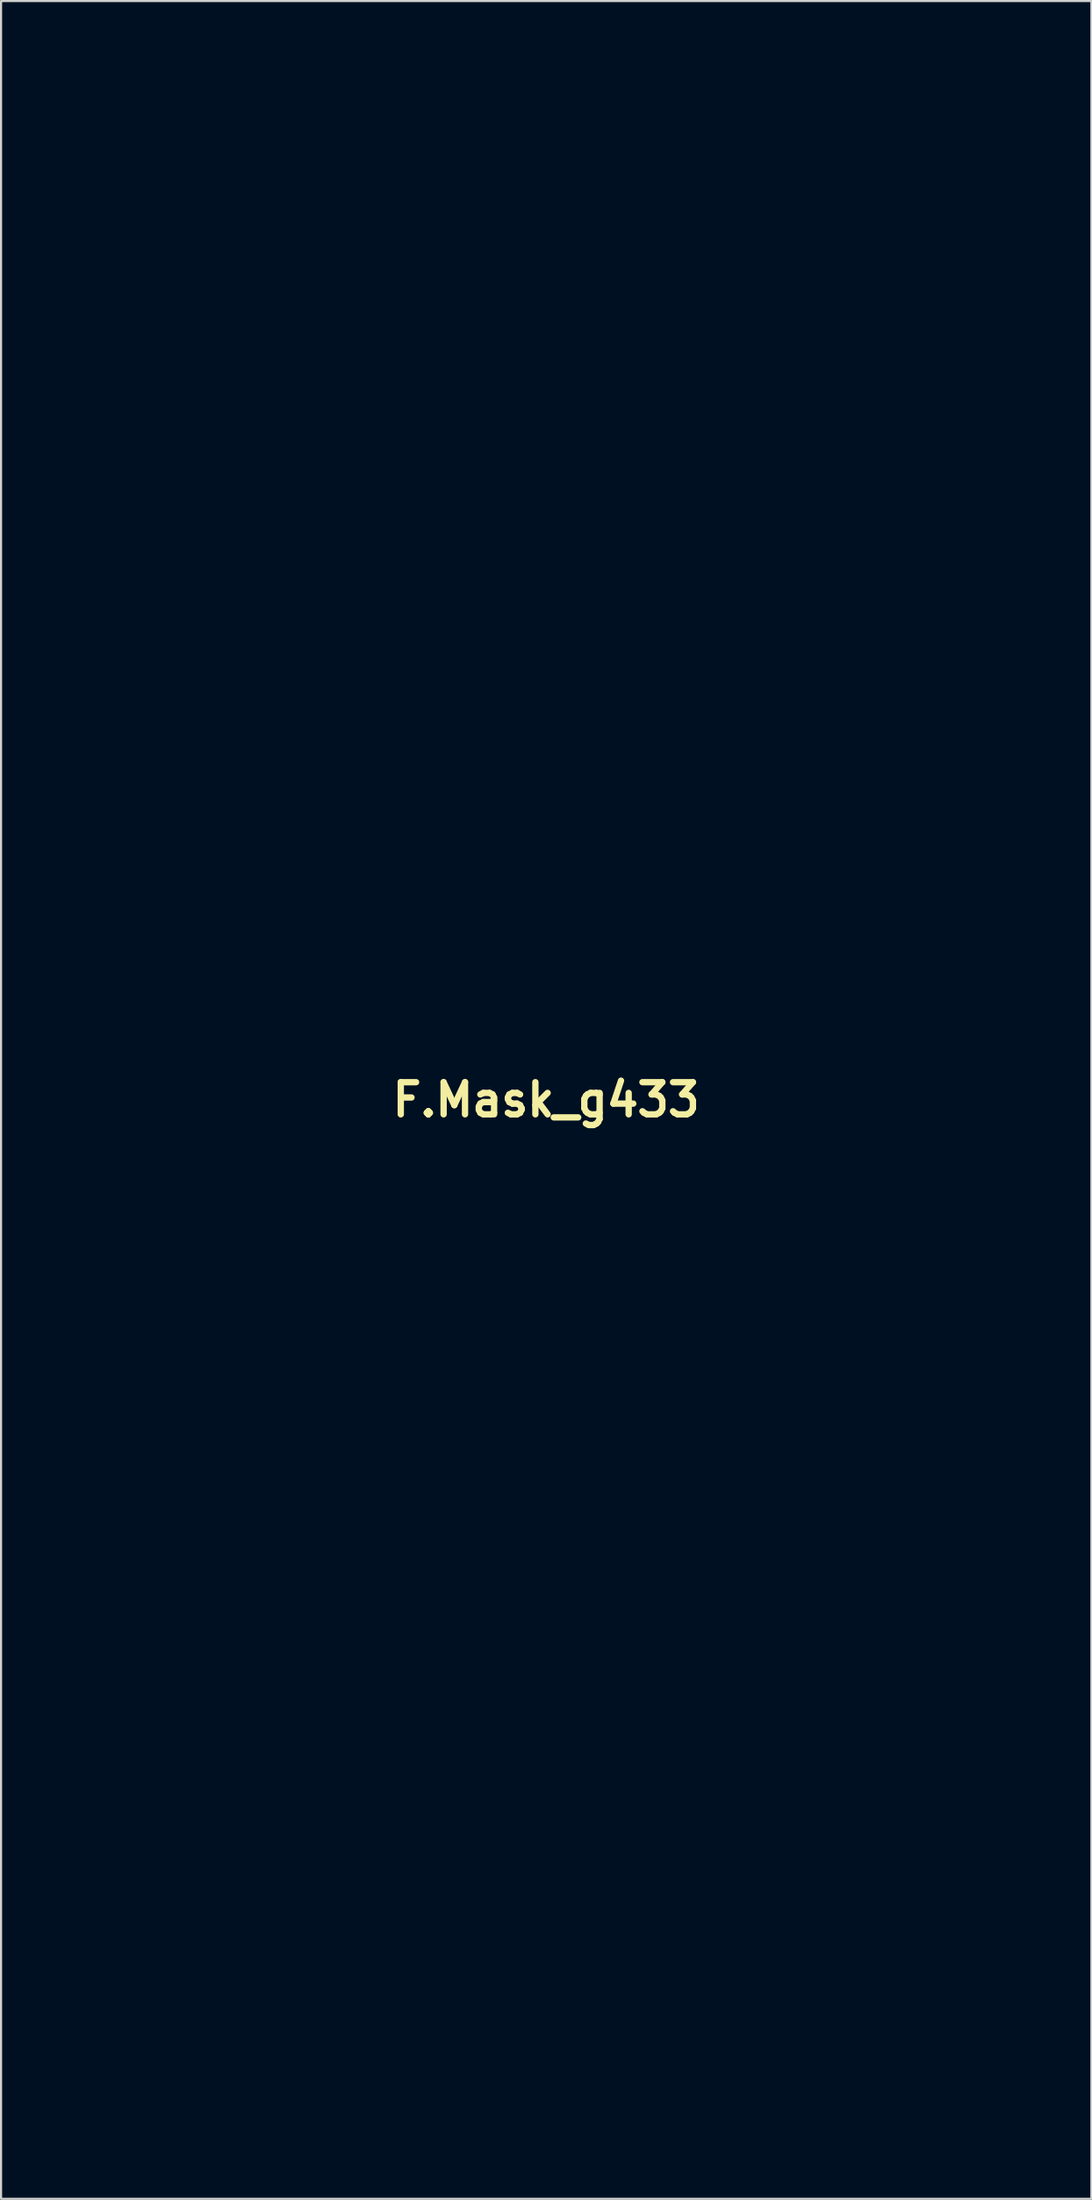
<source format=kicad_pcb>
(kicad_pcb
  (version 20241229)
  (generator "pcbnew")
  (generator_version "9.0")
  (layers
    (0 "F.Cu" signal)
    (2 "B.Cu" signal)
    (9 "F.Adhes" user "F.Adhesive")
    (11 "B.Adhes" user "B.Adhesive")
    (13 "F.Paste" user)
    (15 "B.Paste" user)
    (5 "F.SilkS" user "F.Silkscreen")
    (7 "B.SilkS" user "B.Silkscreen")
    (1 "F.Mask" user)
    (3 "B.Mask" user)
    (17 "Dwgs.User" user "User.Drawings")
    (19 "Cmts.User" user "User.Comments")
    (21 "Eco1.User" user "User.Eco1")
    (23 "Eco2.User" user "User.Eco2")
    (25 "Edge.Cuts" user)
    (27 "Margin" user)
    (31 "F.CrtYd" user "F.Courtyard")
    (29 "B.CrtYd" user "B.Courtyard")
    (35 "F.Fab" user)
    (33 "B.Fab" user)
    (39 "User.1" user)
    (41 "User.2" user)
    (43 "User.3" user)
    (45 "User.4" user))
  (footprint "F.Mask_g433"
    (layer "F.Cu")
    (at 22.862 49.089)
    (property "Reference" "F.Mask_g433" (at 0 0 0) (layer "F.SilkS") (effects (font (size 1.524 1.524) (thickness 0.3))))
    (attr through_hole)
    (fp_poly (pts (xy 19.627 -49.07) (xy 19.705 -49.036) (xy 19.779 -48.978) (xy 19.838 -48.917) (xy 19.888 -48.846) (xy 19.933 -48.76) (xy 19.972 -48.656) (xy 20.008 -48.527) (xy 20.042 -48.37) (xy 20.075 -48.18) (xy 20.108 -47.964) (xy 20.137 -47.783) (xy 20.169 -47.604) (xy 20.203 -47.439) (xy 20.236 -47.301) (xy 20.246 -47.265) (xy 20.273 -47.167) (xy 20.3 -47.06) (xy 20.328 -46.938) (xy 20.358 -46.799) (xy 20.391 -46.64) (xy 20.427 -46.455) (xy 20.468 -46.242) (xy 20.513 -45.996) (xy 20.565 -45.715) (xy 20.594 -45.551) (xy 20.653 -45.216) (xy 20.704 -44.915) (xy 20.748 -44.64) (xy 20.786 -44.383) (xy 20.819 -44.137) (xy 20.848 -43.893) (xy 20.873 -43.645) (xy 20.896 -43.384) (xy 20.918 -43.103) (xy 20.934 -42.884) (xy 20.955 -42.584) (xy 20.975 -42.321) (xy 20.994 -42.086) (xy 21.012 -41.873) (xy 21.031 -41.676) (xy 21.052 -41.489) (xy 21.073 -41.303) (xy 21.098 -41.114) (xy 21.103 -41.074) (xy 21.135 -40.822) (xy 21.162 -40.596) (xy 21.184 -40.379) (xy 21.204 -40.154) (xy 21.22 -39.952) (xy 21.229 -39.808) (xy 21.236 -39.631) (xy 21.243 -39.429) (xy 21.249 -39.21) (xy 21.253 -38.983) (xy 21.255 -38.758) (xy 21.256 -38.541) (xy 21.255 -38.343) (xy 21.252 -38.172) (xy 21.249 -38.068) (xy 21.241 -37.902) (xy 21.229 -37.708) (xy 21.214 -37.492) (xy 21.198 -37.263) (xy 21.18 -37.03) (xy 21.16 -36.801) (xy 21.141 -36.582) (xy 21.122 -36.383) (xy 21.104 -36.212) (xy 21.091 -36.1) (xy 21.077 -35.996) (xy 21.058 -35.863) (xy 21.035 -35.711) (xy 21.01 -35.554) (xy 20.987 -35.412) (xy 20.935 -35.076) (xy 20.894 -34.772) (xy 20.864 -34.492) (xy 20.844 -34.228) (xy 20.839 -34.131) (xy 20.827 -33.934) (xy 20.807 -33.738) (xy 20.778 -33.531) (xy 20.738 -33.302) (xy 20.698 -33.105) (xy 20.677 -33) (xy 20.649 -32.864) (xy 20.616 -32.704) (xy 20.581 -32.53) (xy 20.545 -32.352) (xy 20.51 -32.184) (xy 20.454 -31.912) (xy 20.4 -31.672) (xy 20.347 -31.455) (xy 20.293 -31.25) (xy 20.234 -31.05) (xy 20.167 -30.843) (xy 20.091 -30.62) (xy 20.076 -30.575) (xy 20.008 -30.38) (xy 19.954 -30.213) (xy 19.91 -30.065) (xy 19.874 -29.925) (xy 19.843 -29.782) (xy 19.816 -29.627) (xy 19.788 -29.448) (xy 19.77 -29.316) (xy 19.737 -29.088) (xy 19.706 -28.896) (xy 19.674 -28.731) (xy 19.64 -28.586) (xy 19.603 -28.453) (xy 19.559 -28.326) (xy 19.508 -28.198) (xy 19.483 -28.141) (xy 19.437 -28.032) (xy 19.38 -27.896) (xy 19.318 -27.743) (xy 19.255 -27.587) (xy 19.198 -27.441) (xy 19.146 -27.309) (xy 19.099 -27.19) (xy 19.054 -27.081) (xy 19.009 -26.974) (xy 18.962 -26.864) (xy 18.91 -26.747) (xy 18.851 -26.617) (xy 18.781 -26.467) (xy 18.7 -26.294) (xy 18.604 -26.09) (xy 18.546 -25.967) (xy 18.458 -25.782) (xy 18.384 -25.627) (xy 18.321 -25.495) (xy 18.264 -25.38) (xy 18.209 -25.275) (xy 18.154 -25.171) (xy 18.094 -25.064) (xy 18.026 -24.944) (xy 17.945 -24.806) (xy 17.849 -24.643) (xy 17.79 -24.543) (xy 17.679 -24.355) (xy 17.587 -24.199) (xy 17.509 -24.069) (xy 17.443 -23.96) (xy 17.386 -23.866) (xy 17.334 -23.783) (xy 17.284 -23.705) (xy 17.232 -23.626) (xy 17.177 -23.542) (xy 17.147 -23.497) (xy 17.08 -23.394) (xy 17.001 -23.266) (xy 16.918 -23.125) (xy 16.836 -22.983) (xy 16.786 -22.892) (xy 16.718 -22.769) (xy 16.649 -22.65) (xy 16.586 -22.542) (xy 16.533 -22.456) (xy 16.498 -22.403) (xy 16.425 -22.311) (xy 16.336 -22.214) (xy 16.243 -22.125) (xy 16.156 -22.053) (xy 16.109 -22.021) (xy 16.076 -21.995) (xy 16.049 -21.955) (xy 16.022 -21.892) (xy 15.994 -21.804) (xy 15.934 -21.593) (xy 15.884 -21.385) (xy 15.844 -21.175) (xy 15.812 -20.96) (xy 15.79 -20.734) (xy 15.776 -20.495) (xy 15.772 -20.238) (xy 15.775 -19.959) (xy 15.788 -19.653) (xy 15.808 -19.318) (xy 15.836 -18.948) (xy 15.865 -18.627) (xy 15.885 -18.406) (xy 15.902 -18.213) (xy 15.917 -18.041) (xy 15.93 -17.883) (xy 15.943 -17.73) (xy 15.954 -17.576) (xy 15.965 -17.412) (xy 15.977 -17.233) (xy 15.99 -17.029) (xy 16.005 -16.795) (xy 16.013 -16.669) (xy 16.04 -16.24) (xy 16.066 -15.851) (xy 16.091 -15.502) (xy 16.116 -15.19) (xy 16.14 -14.913) (xy 16.164 -14.669) (xy 16.188 -14.458) (xy 16.212 -14.277) (xy 16.236 -14.125) (xy 16.26 -13.999) (xy 16.285 -13.899) (xy 16.31 -13.825) (xy 16.35 -13.743) (xy 16.406 -13.645) (xy 16.47 -13.549) (xy 16.492 -13.52) (xy 16.579 -13.4) (xy 16.637 -13.303) (xy 16.67 -13.222) (xy 16.679 -13.156) (xy 16.679 -13.102) (xy 0.088 -13.102) (xy -0.918 -13.102) (xy -1.882 -13.102) (xy -2.805 -13.102) (xy -3.689 -13.102) (xy -4.534 -13.102) (xy -5.341 -13.102) (xy -6.111 -13.102) (xy -6.844 -13.102) (xy -7.543 -13.102) (xy -8.207 -13.103) (xy -8.837 -13.103) (xy -9.434 -13.103) (xy -10 -13.103) (xy -10.535 -13.103) (xy -11.04 -13.103) (xy -11.515 -13.104) (xy -11.962 -13.104) (xy -12.382 -13.104) (xy -12.775 -13.105) (xy -13.143 -13.105) (xy -13.486 -13.106) (xy -13.804 -13.106) (xy -14.1 -13.107) (xy -14.374 -13.107) (xy -14.626 -13.108) (xy -14.857 -13.109) (xy -15.07 -13.11) (xy -15.263 -13.11) (xy -15.439 -13.111) (xy -15.598 -13.112) (xy -15.74 -13.113) (xy -15.868 -13.115) (xy -15.981 -13.116) (xy -16.081 -13.117) (xy -16.168 -13.118) (xy -16.243 -13.12) (xy -16.308 -13.121) (xy -16.363 -13.123) (xy -16.408 -13.124) (xy -16.446 -13.126) (xy -16.476 -13.128) (xy -16.5 -13.13) (xy -16.518 -13.132) (xy -16.532 -13.134) (xy -16.542 -13.136) (xy -16.548 -13.139) (xy -16.553 -13.141) (xy -16.557 -13.143) (xy -16.557 -13.144) (xy -16.627 -13.225) (xy -16.668 -13.332) (xy -16.679 -13.459) (xy -16.662 -13.603) (xy -16.616 -13.759) (xy -16.541 -13.922) (xy -16.528 -13.945) (xy -16.483 -14.012) (xy -16.411 -14.099) (xy -16.32 -14.2) (xy -16.215 -14.308) (xy -16.214 -14.309) (xy -16.107 -14.418) (xy -15.988 -14.547) (xy -15.869 -14.68) (xy -15.763 -14.803) (xy -15.743 -14.827) (xy -15.663 -14.926) (xy -15.587 -15.018) (xy -15.521 -15.098) (xy -15.473 -15.157) (xy -15.454 -15.179) (xy -15.389 -15.256) (xy -15.457 -15.284) (xy -15.577 -15.346) (xy -15.681 -15.429) (xy -15.757 -15.52) (xy -15.76 -15.525) (xy -15.8 -15.613) (xy -15.823 -15.707) (xy -15.827 -15.815) (xy -15.811 -15.938) (xy -15.775 -16.083) (xy -15.717 -16.253) (xy -15.639 -16.452) (xy -15.602 -16.538) (xy -15.519 -16.737) (xy -15.455 -16.901) (xy -15.411 -17.028) (xy -15.387 -17.119) (xy -15.382 -17.173) (xy -15.39 -17.188) (xy -15.419 -17.197) (xy -15.481 -17.211) (xy -15.568 -17.228) (xy -15.671 -17.246) (xy -15.692 -17.249) (xy -15.977 -17.299) (xy -16.232 -17.347) (xy -16.452 -17.393) (xy -16.636 -17.437) (xy -16.782 -17.478) (xy -16.806 -17.486) (xy -17.049 -17.578) (xy -17.253 -17.681) (xy -17.423 -17.797) (xy -17.563 -17.931) (xy -17.675 -18.083) (xy -17.713 -18.15) (xy -17.741 -18.21) (xy -17.758 -18.266) (xy -17.766 -18.333) (xy -17.769 -18.425) (xy -17.769 -18.447) (xy -17.768 -18.545) (xy -17.761 -18.617) (xy -17.745 -18.678) (xy -17.717 -18.746) (xy -17.704 -18.775) (xy -17.658 -18.863) (xy -17.602 -18.952) (xy -17.532 -19.049) (xy -17.443 -19.157) (xy -17.332 -19.284) (xy -17.197 -19.431) (xy -17.037 -19.606) (xy -16.908 -19.757) (xy -16.807 -19.887) (xy -16.731 -20) (xy -16.678 -20.099) (xy -16.668 -20.123) (xy -16.618 -20.245) (xy -16.898 -20.342) (xy -17.083 -20.409) (xy -17.234 -20.474) (xy -17.357 -20.538) (xy -17.461 -20.606) (xy -17.551 -20.682) (xy -17.571 -20.702) (xy -17.677 -20.824) (xy -17.756 -20.953) (xy -17.806 -21.082) (xy -17.824 -21.204) (xy -17.809 -21.314) (xy -17.792 -21.355) (xy -17.726 -21.442) (xy -17.62 -21.528) (xy -17.478 -21.611) (xy -17.3 -21.69) (xy -17.09 -21.764) (xy -17.024 -21.784) (xy -16.931 -21.813) (xy -16.854 -21.84) (xy -16.803 -21.862) (xy -16.785 -21.874) (xy -16.798 -21.901) (xy -16.836 -21.957) (xy -16.894 -22.037) (xy -16.971 -22.139) (xy -17.064 -22.258) (xy -17.169 -22.39) (xy -17.285 -22.533) (xy -17.406 -22.682) (xy -17.466 -22.754) (xy -17.657 -22.985) (xy -17.825 -23.191) (xy -17.975 -23.378) (xy -18.113 -23.555) (xy -18.243 -23.727) (xy -18.371 -23.901) (xy -18.501 -24.085) (xy -18.639 -24.285) (xy -18.79 -24.508) (xy -18.935 -24.724) (xy -19.276 -25.252) (xy -19.583 -25.759) (xy -19.855 -26.248) (xy -20.096 -26.721) (xy -20.305 -27.18) (xy -20.415 -27.448) (xy -20.47 -27.591) (xy -20.537 -27.768) (xy -20.613 -27.973) (xy -20.697 -28.201) (xy -20.785 -28.445) (xy -20.877 -28.7) (xy -20.969 -28.959) (xy -21.06 -29.217) (xy -21.148 -29.468) (xy -21.23 -29.705) (xy -21.265 -29.808) (xy -21.36 -30.094) (xy -21.441 -30.352) (xy -21.51 -30.592) (xy -21.569 -30.825) (xy -21.622 -31.062) (xy -21.671 -31.313) (xy -21.718 -31.589) (xy -21.736 -31.697) (xy -21.859 -32.561) (xy -21.95 -33.401) (xy -22.01 -34.222) (xy -22.038 -35.028) (xy -22.034 -35.822) (xy -21.999 -36.611) (xy -21.933 -37.397) (xy -21.855 -38.047) (xy -21.833 -38.21) (xy -21.813 -38.359) (xy -21.796 -38.499) (xy -21.78 -38.637) (xy -21.765 -38.776) (xy -21.75 -38.923) (xy -21.736 -39.082) (xy -21.721 -39.258) (xy -21.705 -39.458) (xy -21.688 -39.686) (xy -21.669 -39.947) (xy -21.653 -40.153) (xy -21.629 -40.484) (xy -21.606 -40.779) (xy -21.585 -41.044) (xy -21.563 -41.284) (xy -21.54 -41.505) (xy -21.515 -41.712) (xy -21.488 -41.911) (xy -21.458 -42.106) (xy -21.423 -42.303) (xy -21.383 -42.507) (xy -21.337 -42.725) (xy -21.284 -42.96) (xy -21.223 -43.218) (xy -21.154 -43.506) (xy -21.075 -43.827) (xy -21.049 -43.933) (xy -20.985 -44.191) (xy -20.926 -44.42) (xy -20.871 -44.626) (xy -20.817 -44.815) (xy -20.762 -44.993) (xy -20.705 -45.166) (xy -20.642 -45.339) (xy -20.573 -45.519) (xy -20.495 -45.712) (xy -20.406 -45.922) (xy -20.304 -46.156) (xy -20.186 -46.421) (xy -20.13 -46.545) (xy -20.018 -46.794) (xy -19.92 -47.007) (xy -19.833 -47.19) (xy -19.756 -47.347) (xy -19.687 -47.481) (xy -19.622 -47.598) (xy -19.561 -47.701) (xy -19.5 -47.794) (xy -19.457 -47.856) (xy -19.304 -48.054) (xy -19.158 -48.21) (xy -19.018 -48.325) (xy -18.884 -48.397) (xy -18.757 -48.428) (xy -18.727 -48.429) (xy -18.656 -48.426) (xy -18.595 -48.412) (xy -18.54 -48.385) (xy -18.487 -48.34) (xy -18.434 -48.272) (xy -18.375 -48.178) (xy -18.308 -48.054) (xy -18.228 -47.896) (xy -18.217 -47.874) (xy -18.089 -47.627) (xy -17.943 -47.378) (xy -17.773 -47.115) (xy -17.767 -47.106) (xy -17.675 -46.969) (xy -17.577 -46.823) (xy -17.48 -46.679) (xy -17.392 -46.548) (xy -17.32 -46.44) (xy -17.313 -46.429) (xy -17.246 -46.325) (xy -17.166 -46.195) (xy -17.079 -46.047) (xy -16.992 -45.893) (xy -16.909 -45.744) (xy -16.891 -45.709) (xy -16.808 -45.556) (xy -16.711 -45.379) (xy -16.607 -45.192) (xy -16.502 -45.005) (xy -16.404 -44.833) (xy -16.373 -44.778) (xy -16.271 -44.602) (xy -16.182 -44.444) (xy -16.1 -44.3) (xy -16.025 -44.164) (xy -15.953 -44.03) (xy -15.881 -43.893) (xy -15.806 -43.748) (xy -15.725 -43.589) (xy -15.637 -43.411) (xy -15.536 -43.208) (xy -15.422 -42.975) (xy -15.362 -42.852) (xy -15.233 -42.588) (xy -15.122 -42.357) (xy -15.026 -42.154) (xy -14.943 -41.975) (xy -14.871 -41.815) (xy -14.808 -41.669) (xy -14.752 -41.532) (xy -14.701 -41.4) (xy -14.654 -41.269) (xy -14.607 -41.133) (xy -14.584 -41.064) (xy -14.525 -40.893) (xy -14.466 -40.74) (xy -14.403 -40.599) (xy -14.332 -40.465) (xy -14.25 -40.332) (xy -14.154 -40.196) (xy -14.04 -40.05) (xy -13.905 -39.89) (xy -13.746 -39.71) (xy -13.598 -39.548) (xy -13.47 -39.41) (xy -13.36 -39.288) (xy -13.261 -39.176) (xy -13.169 -39.068) (xy -13.078 -38.959) (xy -12.984 -38.841) (xy -12.88 -38.708) (xy -12.763 -38.554) (xy -12.626 -38.372) (xy -12.612 -38.354) (xy -12.44 -38.123) (xy -12.29 -37.919) (xy -12.158 -37.736) (xy -12.042 -37.567) (xy -11.937 -37.406) (xy -11.839 -37.248) (xy -11.745 -37.085) (xy -11.65 -36.912) (xy -11.551 -36.723) (xy -11.445 -36.511) (xy -11.327 -36.27) (xy -11.283 -36.178) (xy -11.128 -35.855) (xy -10.99 -35.561) (xy -10.866 -35.289) (xy -10.753 -35.032) (xy -10.649 -34.782) (xy -10.551 -34.534) (xy -10.456 -34.279) (xy -10.361 -34.012) (xy -10.264 -33.725) (xy -10.161 -33.411) (xy -10.051 -33.064) (xy -10.044 -33.041) (xy -9.883 -32.512) (xy -9.741 -32.017) (xy -9.618 -31.555) (xy -9.514 -31.121) (xy -9.427 -30.715) (xy -9.41 -30.628) (xy -9.395 -30.549) (xy -9.376 -30.439) (xy -9.352 -30.304) (xy -9.326 -30.147) (xy -9.297 -29.974) (xy -9.266 -29.79) (xy -9.234 -29.599) (xy -9.202 -29.406) (xy -9.171 -29.216) (xy -9.142 -29.033) (xy -9.114 -28.863) (xy -9.09 -28.71) (xy -9.069 -28.579) (xy -9.053 -28.474) (xy -9.043 -28.401) (xy -9.038 -28.364) (xy -9.038 -28.362) (xy -9.02 -28.346) (xy -8.969 -28.345) (xy -8.893 -28.358) (xy -8.798 -28.384) (xy -8.689 -28.42) (xy -8.575 -28.464) (xy -8.471 -28.511) (xy -8.319 -28.591) (xy -8.161 -28.69) (xy -7.992 -28.81) (xy -7.808 -28.957) (xy -7.62 -29.116) (xy -7.409 -29.297) (xy -7.224 -29.451) (xy -7.058 -29.581) (xy -6.909 -29.689) (xy -6.771 -29.779) (xy -6.64 -29.854) (xy -6.511 -29.918) (xy -6.464 -29.939) (xy -6.323 -29.994) (xy -6.147 -30.052) (xy -5.942 -30.113) (xy -5.715 -30.174) (xy -5.473 -30.234) (xy -5.221 -30.291) (xy -4.966 -30.344) (xy -4.716 -30.39) (xy -4.636 -30.404) (xy -4.311 -30.455) (xy -4.017 -30.495) (xy -3.74 -30.524) (xy -3.47 -30.545) (xy -3.195 -30.557) (xy -2.905 -30.562) (xy -2.643 -30.561) (xy -2.079 -30.554) (xy -2.16 -30.642) (xy -2.25 -30.761) (xy -2.324 -30.9) (xy -2.379 -31.051) (xy -2.416 -31.207) (xy -2.434 -31.363) (xy -2.432 -31.512) (xy -2.41 -31.646) (xy -2.366 -31.76) (xy -2.3 -31.847) (xy -2.28 -31.863) (xy -2.235 -31.89) (xy -2.181 -31.908) (xy -2.115 -31.915) (xy -2.032 -31.913) (xy -1.931 -31.9) (xy -1.807 -31.875) (xy -1.657 -31.839) (xy -1.477 -31.789) (xy -1.265 -31.727) (xy -1.017 -31.651) (xy -0.99 -31.643) (xy -0.813 -31.589) (xy -0.619 -31.533) (xy -0.42 -31.478) (xy -0.231 -31.427) (xy -0.062 -31.384) (xy 0.005 -31.368) (xy 0.13 -31.339) (xy 0.241 -31.312) (xy 0.342 -31.288) (xy 0.44 -31.264) (xy 0.539 -31.238) (xy 0.643 -31.211) (xy 0.76 -31.179) (xy 0.893 -31.143) (xy 1.048 -31.1) (xy 1.229 -31.049) (xy 1.443 -30.989) (xy 1.609 -30.942) (xy 1.953 -30.845) (xy 2.261 -30.761) (xy 2.535 -30.688) (xy 2.778 -30.625) (xy 2.994 -30.572) (xy 3.186 -30.528) (xy 3.358 -30.491) (xy 3.513 -30.462) (xy 3.588 -30.45) (xy 3.783 -30.418) (xy 3.945 -30.391) (xy 4.082 -30.367) (xy 4.203 -30.345) (xy 4.316 -30.323) (xy 4.431 -30.299) (xy 4.555 -30.271) (xy 4.697 -30.238) (xy 4.837 -30.205) (xy 5.076 -30.149) (xy 5.281 -30.102) (xy 5.454 -30.064) (xy 5.602 -30.034) (xy 5.73 -30.011) (xy 5.843 -29.994) (xy 5.947 -29.984) (xy 6.046 -29.977) (xy 6.146 -29.976) (xy 6.252 -29.977) (xy 6.369 -29.981) (xy 6.372 -29.981) (xy 6.549 -29.986) (xy 6.7 -29.985) (xy 6.819 -29.978) (xy 6.868 -29.972) (xy 7.02 -29.934) (xy 7.189 -29.866) (xy 7.365 -29.773) (xy 7.449 -29.721) (xy 7.57 -29.658) (xy 7.679 -29.634) (xy 7.779 -29.651) (xy 7.871 -29.708) (xy 7.96 -29.807) (xy 7.96 -29.807) (xy 8.004 -29.871) (xy 8.045 -29.94) (xy 8.087 -30.02) (xy 8.132 -30.119) (xy 8.184 -30.243) (xy 8.246 -30.398) (xy 8.269 -30.457) (xy 8.354 -30.663) (xy 8.445 -30.858) (xy 8.535 -31.026) (xy 8.55 -31.052) (xy 8.601 -31.14) (xy 8.668 -31.256) (xy 8.745 -31.393) (xy 8.827 -31.542) (xy 8.911 -31.694) (xy 8.965 -31.792) (xy 9.097 -32.033) (xy 9.225 -32.26) (xy 9.352 -32.479) (xy 9.482 -32.695) (xy 9.619 -32.914) (xy 9.765 -33.142) (xy 9.925 -33.385) (xy 10.103 -33.649) (xy 10.301 -33.939) (xy 10.361 -34.026) (xy 10.521 -34.257) (xy 10.662 -34.457) (xy 10.787 -34.631) (xy 10.899 -34.784) (xy 11.002 -34.921) (xy 11.1 -35.046) (xy 11.196 -35.164) (xy 11.294 -35.28) (xy 11.346 -35.339) (xy 11.534 -35.56) (xy 11.735 -35.803) (xy 11.941 -36.063) (xy 12.147 -36.329) (xy 12.346 -36.595) (xy 12.534 -36.852) (xy 12.702 -37.093) (xy 12.819 -37.267) (xy 12.95 -37.465) (xy 13.065 -37.635) (xy 13.171 -37.783) (xy 13.273 -37.919) (xy 13.376 -38.049) (xy 13.487 -38.182) (xy 13.602 -38.313) (xy 13.778 -38.514) (xy 13.927 -38.691) (xy 14.054 -38.848) (xy 14.161 -38.99) (xy 14.254 -39.121) (xy 14.335 -39.248) (xy 14.376 -39.317) (xy 14.399 -39.361) (xy 14.439 -39.438) (xy 14.494 -39.545) (xy 14.561 -39.678) (xy 14.638 -39.833) (xy 14.723 -40.005) (xy 14.815 -40.19) (xy 14.911 -40.384) (xy 14.943 -40.45) (xy 15.047 -40.661) (xy 15.154 -40.877) (xy 15.26 -41.09) (xy 15.363 -41.296) (xy 15.46 -41.488) (xy 15.547 -41.661) (xy 15.621 -41.807) (xy 15.68 -41.921) (xy 15.817 -42.182) (xy 15.935 -42.41) (xy 16.037 -42.61) (xy 16.126 -42.787) (xy 16.203 -42.944) (xy 16.271 -43.087) (xy 16.331 -43.22) (xy 16.387 -43.347) (xy 16.44 -43.473) (xy 16.488 -43.593) (xy 16.554 -43.755) (xy 16.63 -43.935) (xy 16.71 -44.119) (xy 16.787 -44.291) (xy 16.851 -44.429) (xy 16.92 -44.579) (xy 16.995 -44.746) (xy 17.068 -44.915) (xy 17.134 -45.072) (xy 17.173 -45.17) (xy 17.261 -45.39) (xy 17.341 -45.578) (xy 17.417 -45.741) (xy 17.492 -45.888) (xy 17.572 -46.026) (xy 17.652 -46.154) (xy 17.701 -46.235) (xy 17.765 -46.349) (xy 17.842 -46.49) (xy 17.927 -46.653) (xy 18.02 -46.831) (xy 18.116 -47.021) (xy 18.213 -47.215) (xy 18.308 -47.409) (xy 18.398 -47.597) (xy 18.481 -47.773) (xy 18.554 -47.932) (xy 18.614 -48.068) (xy 18.642 -48.133) (xy 18.731 -48.345) (xy 18.813 -48.52) (xy 18.889 -48.664) (xy 18.962 -48.78) (xy 19.035 -48.874) (xy 19.111 -48.948) (xy 19.178 -49) (xy 19.26 -49.048) (xy 19.338 -49.073) (xy 19.41 -49.081) (xy 19.532 -49.084) (xy 19.627 -49.07)) (stroke (width 0.01) (type solid)) (fill yes) (layer "F.Mask"))
    (fp_poly (pts (xy -2.522 -10.321) (xy -2.39 -10.309) (xy -2.26 -10.299) (xy -2.129 -10.291) (xy -1.991 -10.284) (xy -1.842 -10.278) (xy -1.679 -10.273) (xy -1.497 -10.27) (xy -1.292 -10.268) (xy -1.059 -10.267) (xy -0.794 -10.267) (xy -0.493 -10.267) (xy -0.339 -10.267) (xy -0.088 -10.268) (xy 0.156 -10.269) (xy 0.39 -10.269) (xy 0.609 -10.269) (xy 0.809 -10.27) (xy 0.985 -10.27) (xy 1.134 -10.27) (xy 1.251 -10.269) (xy 1.331 -10.269) (xy 1.349 -10.269) (xy 1.609 -10.266) (xy 1.609 -8.869) (xy 2.978 -8.869) (xy 2.992 -8.26) (xy 2.996 -8.079) (xy 3.002 -7.89) (xy 3.008 -7.703) (xy 3.015 -7.528) (xy 3.021 -7.378) (xy 3.026 -7.281) (xy 3.033 -7.135) (xy 3.041 -6.961) (xy 3.048 -6.777) (xy 3.055 -6.597) (xy 3.06 -6.472) (xy 3.074 -6.032) (xy 5.842 -6.032) (xy 5.842 -4.769) (xy 5.959 -4.71) (xy 6.068 -4.667) (xy 6.196 -4.64) (xy 6.25 -4.634) (xy 6.492 -4.614) (xy 6.773 -4.597) (xy 7.09 -4.583) (xy 7.439 -4.573) (xy 7.818 -4.566) (xy 8.222 -4.563) (xy 8.649 -4.563) (xy 9.096 -4.566) (xy 9.559 -4.573) (xy 10.035 -4.584) (xy 10.52 -4.598) (xy 10.964 -4.613) (xy 11.226 -4.623) (xy 11.501 -4.632) (xy 11.784 -4.641) (xy 12.065 -4.65) (xy 12.338 -4.658) (xy 12.593 -4.664) (xy 12.825 -4.67) (xy 13.023 -4.674) (xy 13.07 -4.675) (xy 13.286 -4.678) (xy 13.515 -4.679) (xy 13.753 -4.68) (xy 13.995 -4.68) (xy 14.236 -4.679) (xy 14.472 -4.677) (xy 14.697 -4.674) (xy 14.907 -4.671) (xy 15.097 -4.667) (xy 15.263 -4.662) (xy 15.4 -4.657) (xy 15.502 -4.651) (xy 15.552 -4.647) (xy 15.684 -4.631) (xy 15.684 -6.032) (xy 17.081 -6.032) (xy 17.081 -6.72) (xy 17.082 -6.918) (xy 17.083 -7.077) (xy 17.085 -7.201) (xy 17.088 -7.293) (xy 17.093 -7.356) (xy 17.098 -7.394) (xy 17.105 -7.411) (xy 17.108 -7.412) (xy 17.135 -7.414) (xy 17.199 -7.415) (xy 17.294 -7.416) (xy 17.415 -7.417) (xy 17.555 -7.417) (xy 17.71 -7.418) (xy 17.738 -7.418) (xy 17.918 -7.419) (xy 18.062 -7.42) (xy 18.175 -7.422) (xy 18.261 -7.426) (xy 18.328 -7.431) (xy 18.379 -7.439) (xy 18.422 -7.448) (xy 18.457 -7.459) (xy 18.554 -7.481) (xy 18.676 -7.488) (xy 18.826 -7.482) (xy 19.006 -7.461) (xy 19.218 -7.425) (xy 19.465 -7.373) (xy 19.749 -7.307) (xy 19.776 -7.3) (xy 19.939 -7.259) (xy 20.065 -7.226) (xy 20.161 -7.197) (xy 20.232 -7.171) (xy 20.283 -7.146) (xy 20.32 -7.119) (xy 20.348 -7.088) (xy 20.365 -7.063) (xy 20.387 -7.021) (xy 20.398 -6.973) (xy 20.402 -6.908) (xy 20.399 -6.826) (xy 20.391 -6.725) (xy 20.374 -6.646) (xy 20.345 -6.571) (xy 20.324 -6.53) (xy 20.28 -6.452) (xy 20.232 -6.379) (xy 20.199 -6.336) (xy 20.135 -6.273) (xy 20.062 -6.218) (xy 19.991 -6.177) (xy 19.936 -6.16) (xy 19.931 -6.16) (xy 19.926 -6.149) (xy 19.957 -6.12) (xy 20.021 -6.074) (xy 20.077 -6.036) (xy 20.347 -5.846) (xy 20.604 -5.631) (xy 20.809 -5.436) (xy 20.904 -5.339) (xy 20.991 -5.245) (xy 21.076 -5.148) (xy 21.161 -5.043) (xy 21.251 -4.926) (xy 21.349 -4.791) (xy 21.46 -4.633) (xy 21.588 -4.447) (xy 21.661 -4.339) (xy 21.833 -4.083) (xy 21.983 -3.857) (xy 22.111 -3.656) (xy 22.221 -3.475) (xy 22.315 -3.31) (xy 22.394 -3.157) (xy 22.46 -3.01) (xy 22.517 -2.865) (xy 22.566 -2.718) (xy 22.609 -2.565) (xy 22.648 -2.399) (xy 22.685 -2.218) (xy 22.71 -2.085) (xy 22.75 -1.871) (xy 22.782 -1.693) (xy 22.808 -1.544) (xy 22.828 -1.417) (xy 22.843 -1.307) (xy 22.854 -1.207) (xy 22.861 -1.112) (xy 22.866 -1.014) (xy 22.868 -0.907) (xy 22.869 -0.786) (xy 22.87 -0.699) (xy 22.869 -0.508) (xy 22.863 -0.345) (xy 22.851 -0.204) (xy 22.829 -0.079) (xy 22.796 0.037) (xy 22.749 0.149) (xy 22.685 0.265) (xy 22.602 0.39) (xy 22.497 0.531) (xy 22.368 0.693) (xy 22.278 0.804) (xy 22.105 1.019) (xy 21.959 1.208) (xy 21.836 1.375) (xy 21.735 1.524) (xy 21.653 1.66) (xy 21.586 1.787) (xy 21.532 1.909) (xy 21.489 2.032) (xy 21.47 2.095) (xy 21.442 2.246) (xy 21.43 2.435) (xy 21.435 2.659) (xy 21.457 2.919) (xy 21.495 3.211) (xy 21.506 3.281) (xy 21.532 3.456) (xy 21.552 3.6) (xy 21.565 3.726) (xy 21.573 3.844) (xy 21.577 3.967) (xy 21.578 4.075) (xy 21.578 4.21) (xy 21.576 4.312) (xy 21.57 4.392) (xy 21.56 4.457) (xy 21.545 4.519) (xy 21.532 4.564) (xy 21.48 4.703) (xy 21.413 4.824) (xy 21.324 4.936) (xy 21.209 5.046) (xy 21.071 5.155) (xy 20.98 5.223) (xy 20.894 5.285) (xy 20.809 5.343) (xy 20.723 5.4) (xy 20.632 5.458) (xy 20.53 5.519) (xy 20.415 5.586) (xy 20.283 5.66) (xy 20.129 5.744) (xy 19.95 5.84) (xy 19.743 5.951) (xy 19.502 6.079) (xy 19.442 6.111) (xy 19.124 6.28) (xy 19.13 6.394) (xy 19.136 6.445) (xy 19.149 6.531) (xy 19.168 6.645) (xy 19.193 6.78) (xy 19.221 6.929) (xy 19.251 7.08) (xy 19.299 7.319) (xy 19.338 7.522) (xy 19.369 7.696) (xy 19.393 7.847) (xy 19.411 7.98) (xy 19.423 8.102) (xy 19.43 8.219) (xy 19.434 8.336) (xy 19.435 8.414) (xy 19.432 8.613) (xy 19.421 8.773) (xy 19.402 8.895) (xy 19.375 8.982) (xy 19.345 9.029) (xy 19.263 9.095) (xy 19.143 9.161) (xy 18.988 9.226) (xy 18.802 9.288) (xy 18.589 9.347) (xy 18.51 9.366) (xy 18.391 9.394) (xy 18.264 9.427) (xy 18.148 9.459) (xy 18.096 9.474) (xy 17.915 9.529) (xy 17.551 10.307) (xy 17.386 10.66) (xy 17.239 10.979) (xy 17.107 11.268) (xy 16.991 11.529) (xy 16.887 11.767) (xy 16.794 11.986) (xy 16.711 12.187) (xy 16.637 12.377) (xy 16.569 12.557) (xy 16.507 12.731) (xy 16.458 12.875) (xy 16.351 13.226) (xy 16.264 13.571) (xy 16.198 13.905) (xy 16.154 14.222) (xy 16.134 14.517) (xy 16.137 14.786) (xy 16.147 14.903) (xy 16.158 14.975) (xy 16.177 15.082) (xy 16.203 15.215) (xy 16.235 15.368) (xy 16.27 15.534) (xy 16.308 15.705) (xy 16.32 15.76) (xy 16.399 16.106) (xy 16.467 16.416) (xy 16.526 16.693) (xy 16.575 16.941) (xy 16.617 17.165) (xy 16.65 17.368) (xy 16.677 17.556) (xy 16.697 17.73) (xy 16.711 17.897) (xy 16.72 18.06) (xy 16.725 18.223) (xy 16.726 18.33) (xy 16.725 18.575) (xy 16.72 18.791) (xy 16.712 18.977) (xy 16.7 19.13) (xy 16.685 19.248) (xy 16.667 19.329) (xy 16.649 19.366) (xy 16.609 19.396) (xy 16.56 19.406) (xy 16.497 19.395) (xy 16.416 19.36) (xy 16.312 19.301) (xy 16.182 19.215) (xy 16.146 19.19) (xy 15.995 19.091) (xy 15.873 19.021) (xy 15.78 18.982) (xy 15.716 18.974) (xy 15.705 18.976) (xy 15.673 18.992) (xy 15.648 19.019) (xy 15.627 19.059) (xy 15.613 19.115) (xy 15.604 19.189) (xy 15.601 19.285) (xy 15.605 19.403) (xy 15.614 19.546) (xy 15.63 19.718) (xy 15.652 19.919) (xy 15.681 20.153) (xy 15.716 20.422) (xy 15.758 20.729) (xy 15.801 21.029) (xy 15.847 21.351) (xy 15.897 21.688) (xy 15.95 22.036) (xy 16.004 22.39) (xy 16.06 22.747) (xy 16.117 23.101) (xy 16.173 23.448) (xy 16.228 23.785) (xy 16.282 24.106) (xy 16.333 24.407) (xy 16.382 24.683) (xy 16.426 24.931) (xy 16.467 25.146) (xy 16.502 25.324) (xy 16.502 25.326) (xy 16.657 26.036) (xy 16.828 26.73) (xy 17.014 27.404) (xy 17.213 28.054) (xy 17.424 28.676) (xy 17.647 29.266) (xy 17.879 29.82) (xy 17.977 30.035) (xy 18.129 30.364) (xy 18.129 30.618) (xy 18.128 30.729) (xy 18.125 30.81) (xy 18.117 30.868) (xy 18.103 30.917) (xy 18.082 30.965) (xy 18.076 30.977) (xy 18.011 31.074) (xy 17.939 31.132) (xy 17.908 31.149) (xy 17.878 31.162) (xy 17.842 31.17) (xy 17.793 31.174) (xy 17.725 31.175) (xy 17.631 31.173) (xy 17.503 31.169) (xy 17.461 31.168) (xy 17.297 31.164) (xy 17.169 31.164) (xy 17.071 31.17) (xy 16.995 31.184) (xy 16.936 31.206) (xy 16.887 31.239) (xy 16.842 31.282) (xy 16.828 31.297) (xy 16.782 31.36) (xy 16.747 31.43) (xy 16.723 31.516) (xy 16.709 31.622) (xy 16.704 31.755) (xy 16.706 31.923) (xy 16.707 31.972) (xy 16.717 32.153) (xy 16.736 32.373) (xy 16.763 32.628) (xy 16.797 32.916) (xy 16.838 33.234) (xy 16.886 33.578) (xy 16.94 33.947) (xy 17 34.336) (xy 17.065 34.744) (xy 17.134 35.168) (xy 17.208 35.604) (xy 17.285 36.049) (xy 17.365 36.501) (xy 17.448 36.957) (xy 17.533 37.414) (xy 17.62 37.868) (xy 17.708 38.318) (xy 17.796 38.76) (xy 17.885 39.192) (xy 17.974 39.61) (xy 18.061 40.011) (xy 18.112 40.238) (xy 18.161 40.463) (xy 18.198 40.652) (xy 18.221 40.809) (xy 18.232 40.94) (xy 18.23 41.049) (xy 18.216 41.14) (xy 18.188 41.217) (xy 18.147 41.287) (xy 18.102 41.342) (xy 18.05 41.395) (xy 17.993 41.44) (xy 17.924 41.481) (xy 17.836 41.521) (xy 17.724 41.563) (xy 17.579 41.612) (xy 17.515 41.632) (xy 17.346 41.688) (xy 17.212 41.739) (xy 17.11 41.788) (xy 17.032 41.837) (xy 16.974 41.89) (xy 16.93 41.95) (xy 16.926 41.956) (xy 16.884 42.049) (xy 16.862 42.152) (xy 16.86 42.269) (xy 16.88 42.405) (xy 16.921 42.565) (xy 16.985 42.754) (xy 17.018 42.843) (xy 17.192 43.31) (xy 17.343 43.753) (xy 17.476 44.184) (xy 17.593 44.613) (xy 17.697 45.051) (xy 17.78 45.444) (xy 17.862 45.892) (xy 17.93 46.33) (xy 17.983 46.767) (xy 18.023 47.213) (xy 18.051 47.679) (xy 18.068 48.175) (xy 18.07 48.258) (xy 18.083 48.944) (xy 17.969 48.93) (xy 17.828 48.914) (xy 17.698 48.9) (xy 17.573 48.889) (xy 17.447 48.881) (xy 17.313 48.875) (xy 17.164 48.87) (xy 16.995 48.868) (xy 16.799 48.866) (xy 16.57 48.866) (xy 16.468 48.866) (xy 16.067 48.868) (xy 15.693 48.874) (xy 15.351 48.884) (xy 15.044 48.898) (xy 14.967 48.902) (xy 14.907 48.906) (xy 14.845 48.909) (xy 14.779 48.912) (xy 14.707 48.915) (xy 14.628 48.917) (xy 14.54 48.92) (xy 14.442 48.922) (xy 14.333 48.924) (xy 14.211 48.926) (xy 14.074 48.927) (xy 13.921 48.929) (xy 13.751 48.93) (xy 13.562 48.931) (xy 13.352 48.932) (xy 13.121 48.933) (xy 12.866 48.934) (xy 12.586 48.935) (xy 12.28 48.935) (xy 11.946 48.936) (xy 11.583 48.936) (xy 11.189 48.937) (xy 10.762 48.937) (xy 10.302 48.937) (xy 9.807 48.937) (xy 9.275 48.937) (xy 8.705 48.937) (xy 8.095 48.937) (xy 7.59 48.937) (xy 7.057 48.937) (xy 6.534 48.937) (xy 6.024 48.937) (xy 5.528 48.937) (xy 5.048 48.937) (xy 4.585 48.937) (xy 4.14 48.937) (xy 3.716 48.938) (xy 3.314 48.938) (xy 2.936 48.938) (xy 2.582 48.939) (xy 2.256 48.939) (xy 1.958 48.94) (xy 1.689 48.94) (xy 1.452 48.941) (xy 1.249 48.942) (xy 1.08 48.942) (xy 0.947 48.943) (xy 0.853 48.944) (xy 0.797 48.945) (xy 0.783 48.945) (xy 0.761 48.95) (xy 0.728 48.955) (xy 0.681 48.96) (xy 0.621 48.964) (xy 0.545 48.968) (xy 0.453 48.972) (xy 0.343 48.976) (xy 0.214 48.979) (xy 0.066 48.982) (xy -0.103 48.985) (xy -0.294 48.988) (xy -0.509 48.99) (xy -0.748 48.993) (xy -1.013 48.995) (xy -1.304 48.997) (xy -1.623 48.998) (xy -1.971 49) (xy -2.35 49.002) (xy -2.759 49.003) (xy -3.201 49.004) (xy -3.677 49.005) (xy -4.187 49.006) (xy -4.733 49.007) (xy -5.316 49.008) (xy -5.937 49.008) (xy -6.598 49.009) (xy -7.299 49.009) (xy -7.779 49.01) (xy -8.468 49.01) (xy -9.116 49.011) (xy -9.724 49.011) (xy -10.294 49.012) (xy -10.827 49.012) (xy -11.323 49.013) (xy -11.785 49.014) (xy -12.213 49.014) (xy -12.608 49.015) (xy -12.973 49.016) (xy -13.308 49.017) (xy -13.614 49.018) (xy -13.893 49.019) (xy -14.146 49.021) (xy -14.374 49.022) (xy -14.578 49.024) (xy -14.761 49.025) (xy -14.922 49.027) (xy -15.063 49.029) (xy -15.186 49.031) (xy -15.292 49.033) (xy -15.381 49.035) (xy -15.456 49.038) (xy -15.518 49.04) (xy -15.567 49.043) (xy -15.568 49.043) (xy -15.711 49.05) (xy -15.891 49.057) (xy -16.11 49.062) (xy -16.369 49.066) (xy -16.667 49.07) (xy -17.006 49.072) (xy -17.387 49.073) (xy -17.494 49.073) (xy -17.753 49.074) (xy -18.008 49.075) (xy -18.255 49.076) (xy -18.49 49.078) (xy -18.708 49.08) (xy -18.903 49.082) (xy -19.073 49.085) (xy -19.211 49.087) (xy -19.313 49.09) (xy -19.346 49.091) (xy -19.508 49.097) (xy -19.628 49.098) (xy -19.711 49.094) (xy -19.756 49.086) (xy -19.76 49.084) (xy -19.809 49.048) (xy -19.839 48.993) (xy -19.855 48.913) (xy -19.858 48.812) (xy -19.854 48.729) (xy -19.844 48.618) (xy -19.829 48.494) (xy -19.812 48.369) (xy -19.81 48.355) (xy -19.785 48.157) (xy -19.775 47.993) (xy -19.784 47.855) (xy -19.814 47.738) (xy -19.867 47.636) (xy -19.944 47.541) (xy -20.049 47.447) (xy -20.128 47.387) (xy -20.262 47.285) (xy -20.363 47.193) (xy -20.435 47.105) (xy -20.483 47.012) (xy -20.512 46.909) (xy -20.526 46.786) (xy -20.527 46.756) (xy -20.529 46.656) (xy -20.523 46.551) (xy -20.51 46.435) (xy -20.489 46.306) (xy -20.458 46.161) (xy -20.418 45.994) (xy -20.366 45.805) (xy -20.303 45.587) (xy -20.228 45.339) (xy -20.139 45.056) (xy -20.09 44.905) (xy -20.001 44.626) (xy -19.925 44.382) (xy -19.861 44.17) (xy -19.807 43.984) (xy -19.763 43.821) (xy -19.727 43.676) (xy -19.699 43.544) (xy -19.677 43.421) (xy -19.66 43.303) (xy -19.646 43.186) (xy -19.643 43.146) (xy -19.625 42.972) (xy -19.603 42.83) (xy -19.574 42.711) (xy -19.534 42.605) (xy -19.479 42.502) (xy -19.407 42.392) (xy -19.346 42.308) (xy -19.275 42.209) (xy -19.221 42.12) (xy -19.181 42.031) (xy -19.153 41.933) (xy -19.134 41.818) (xy -19.12 41.676) (xy -19.112 41.548) (xy -19.104 41.416) (xy -19.094 41.303) (xy -19.08 41.199) (xy -19.062 41.095) (xy -19.036 40.982) (xy -19.001 40.85) (xy -18.956 40.689) (xy -18.942 40.64) (xy -18.922 40.548) (xy -18.907 40.433) (xy -18.896 40.305) (xy -18.891 40.174) (xy -18.891 40.048) (xy -18.897 39.938) (xy -18.909 39.852) (xy -18.923 39.806) (xy -18.955 39.754) (xy -18.991 39.724) (xy -19.041 39.713) (xy -19.115 39.718) (xy -19.192 39.731) (xy -19.291 39.745) (xy -19.411 39.755) (xy -19.531 39.761) (xy -19.569 39.761) (xy -19.669 39.76) (xy -19.742 39.755) (xy -19.801 39.743) (xy -19.862 39.72) (xy -19.939 39.685) (xy -19.939 39.685) (xy -20.032 39.636) (xy -20.127 39.578) (xy -20.204 39.525) (xy -20.207 39.522) (xy -20.316 39.435) (xy -20.278 39.26) (xy -20.258 39.174) (xy -20.235 39.081) (xy -20.208 38.979) (xy -20.177 38.865) (xy -20.139 38.736) (xy -20.095 38.59) (xy -20.044 38.424) (xy -19.984 38.234) (xy -19.915 38.019) (xy -19.836 37.774) (xy -19.746 37.499) (xy -19.644 37.189) (xy -19.53 36.842) (xy -19.516 36.798) (xy -19.448 36.592) (xy -19.382 36.39) (xy -19.321 36.199) (xy -19.265 36.024) (xy -19.216 35.868) (xy -19.175 35.737) (xy -19.145 35.637) (xy -19.127 35.571) (xy -19.126 35.568) (xy -19.09 35.415) (xy -19.053 35.229) (xy -19.013 35.01) (xy -18.971 34.754) (xy -18.925 34.459) (xy -18.902 34.301) (xy -18.859 34.015) (xy -18.819 33.756) (xy -18.78 33.528) (xy -18.744 33.334) (xy -18.712 33.176) (xy -18.69 33.082) (xy -18.669 32.993) (xy -18.655 32.91) (xy -18.648 32.85) (xy -18.648 32.845) (xy -18.662 32.766) (xy -18.706 32.703) (xy -18.782 32.654) (xy -18.894 32.618) (xy -19.043 32.592) (xy -19.103 32.585) (xy -19.244 32.564) (xy -19.346 32.529) (xy -19.413 32.479) (xy -19.447 32.413) (xy -19.452 32.365) (xy -19.445 32.329) (xy -19.425 32.265) (xy -19.396 32.182) (xy -19.375 32.128) (xy -19.351 32.064) (xy -19.316 31.966) (xy -19.27 31.839) (xy -19.216 31.688) (xy -19.157 31.52) (xy -19.093 31.34) (xy -19.028 31.153) (xy -19.007 31.094) (xy -18.88 30.728) (xy -18.764 30.4) (xy -18.659 30.107) (xy -18.564 29.847) (xy -18.479 29.617) (xy -18.401 29.415) (xy -18.33 29.238) (xy -18.266 29.084) (xy -18.206 28.949) (xy -18.151 28.833) (xy -18.098 28.731) (xy -18.048 28.642) (xy -17.998 28.564) (xy -17.987 28.547) (xy -17.906 28.418) (xy -17.853 28.307) (xy -17.828 28.206) (xy -17.829 28.105) (xy -17.855 27.993) (xy -17.886 27.905) (xy -17.944 27.735) (xy -17.977 27.583) (xy -17.989 27.434) (xy -17.985 27.319) (xy -17.972 27.197) (xy -17.95 27.079) (xy -17.915 26.96) (xy -17.867 26.835) (xy -17.801 26.698) (xy -17.716 26.542) (xy -17.61 26.362) (xy -17.523 26.221) (xy -17.419 26.054) (xy -17.335 25.912) (xy -17.268 25.787) (xy -17.212 25.668) (xy -17.164 25.546) (xy -17.119 25.412) (xy -17.075 25.257) (xy -17.026 25.071) (xy -17.021 25.051) (xy -16.981 24.896) (xy -16.933 24.712) (xy -16.88 24.51) (xy -16.826 24.302) (xy -16.772 24.098) (xy -16.726 23.929) (xy -16.649 23.638) (xy -16.582 23.383) (xy -16.526 23.16) (xy -16.479 22.964) (xy -16.439 22.791) (xy -16.406 22.636) (xy -16.38 22.496) (xy -16.362 22.394) (xy -16.335 22.23) (xy -16.312 22.089) (xy -16.289 21.962) (xy -16.267 21.842) (xy -16.244 21.721) (xy -16.217 21.591) (xy -16.185 21.444) (xy -16.148 21.272) (xy -16.103 21.068) (xy -16.097 21.04) (xy -16.038 20.774) (xy -15.989 20.546) (xy -15.949 20.349) (xy -15.916 20.18) (xy -15.89 20.034) (xy -15.87 19.907) (xy -15.855 19.793) (xy -15.845 19.689) (xy -15.839 19.611) (xy -15.842 19.342) (xy -15.878 19.057) (xy -15.945 18.761) (xy -16.04 18.462) (xy -16.16 18.165) (xy -16.302 17.875) (xy -16.465 17.599) (xy -16.645 17.343) (xy -16.839 17.112) (xy -17.045 16.912) (xy -17.102 16.865) (xy -17.176 16.806) (xy -17.238 16.759) (xy -17.28 16.73) (xy -17.295 16.722) (xy -17.312 16.74) (xy -17.332 16.784) (xy -17.339 16.801) (xy -17.349 16.849) (xy -17.357 16.927) (xy -17.362 17.038) (xy -17.366 17.186) (xy -17.367 17.357) (xy -17.368 17.523) (xy -17.37 17.651) (xy -17.374 17.748) (xy -17.379 17.817) (xy -17.387 17.864) (xy -17.397 17.892) (xy -17.424 17.93) (xy -17.448 17.944) (xy -17.449 17.943) (xy -17.466 17.923) (xy -17.498 17.872) (xy -17.541 17.797) (xy -17.592 17.704) (xy -17.614 17.662) (xy -17.822 17.223) (xy -17.993 16.764) (xy -18.126 16.285) (xy -18.223 15.79) (xy -18.283 15.278) (xy -18.306 14.751) (xy -18.292 14.21) (xy -18.24 13.656) (xy -18.151 13.091) (xy -18.025 12.515) (xy -17.961 12.271) (xy -17.835 11.85) (xy -17.689 11.42) (xy -17.525 10.989) (xy -17.348 10.569) (xy -17.162 10.169) (xy -16.971 9.797) (xy -16.906 9.681) (xy -16.832 9.551) (xy -16.965 9.453) (xy -17.128 9.319) (xy -17.276 9.168) (xy -17.405 9.008) (xy -17.511 8.843) (xy -17.59 8.68) (xy -17.639 8.525) (xy -17.653 8.399) (xy -17.655 8.348) (xy -17.658 8.32) (xy -17.66 8.319) (xy -17.681 8.327) (xy -17.728 8.349) (xy -17.771 8.369) (xy -17.889 8.421) (xy -18.003 8.457) (xy -18.124 8.482) (xy -18.267 8.497) (xy -18.383 8.503) (xy -18.51 8.507) (xy -18.609 8.505) (xy -18.692 8.498) (xy -18.774 8.485) (xy -18.846 8.469) (xy -19.072 8.397) (xy -19.273 8.296) (xy -19.447 8.17) (xy -19.592 8.02) (xy -19.704 7.85) (xy -19.78 7.662) (xy -19.813 7.51) (xy -19.819 7.46) (xy -19.822 7.41) (xy -19.822 7.354) (xy -19.819 7.287) (xy -19.812 7.202) (xy -19.801 7.096) (xy -19.785 6.961) (xy -19.763 6.793) (xy -19.748 6.674) (xy -19.703 6.333) (xy -19.66 6.03) (xy -19.618 5.76) (xy -19.577 5.518) (xy -19.536 5.299) (xy -19.493 5.1) (xy -19.448 4.915) (xy -19.4 4.739) (xy -19.348 4.569) (xy -19.296 4.416) (xy -19.259 4.305) (xy -19.235 4.229) (xy -19.225 4.183) (xy -19.226 4.16) (xy -19.237 4.157) (xy -19.32 4.179) (xy -19.404 4.197) (xy -19.502 4.213) (xy -19.623 4.229) (xy -19.748 4.243) (xy -19.892 4.259) (xy -20.002 4.272) (xy -20.088 4.283) (xy -20.158 4.295) (xy -20.222 4.309) (xy -20.289 4.325) (xy -20.351 4.342) (xy -20.441 4.361) (xy -20.541 4.374) (xy -20.663 4.38) (xy -20.781 4.381) (xy -20.936 4.385) (xy -21.054 4.396) (xy -21.143 4.417) (xy -21.208 4.453) (xy -21.255 4.504) (xy -21.289 4.574) (xy -21.304 4.618) (xy -21.332 4.71) (xy -21.447 4.59) (xy -21.569 4.439) (xy -21.666 4.268) (xy -21.74 4.071) (xy -21.792 3.844) (xy -21.819 3.629) (xy -21.825 3.535) (xy -21.83 3.408) (xy -21.833 3.252) (xy -21.835 3.074) (xy -21.836 2.879) (xy -21.836 2.672) (xy -21.834 2.459) (xy -21.832 2.245) (xy -21.828 2.037) (xy -21.824 1.839) (xy -21.818 1.657) (xy -21.812 1.497) (xy -21.805 1.364) (xy -21.797 1.264) (xy -21.792 1.215) (xy -21.756 1.021) (xy -21.708 0.815) (xy -21.647 0.59) (xy -21.57 0.345) (xy -21.478 0.074) (xy -21.369 -0.226) (xy -21.242 -0.558) (xy -21.216 -0.624) (xy -21.018 -1.091) (xy -20.792 -1.563) (xy -20.544 -2.025) (xy -20.282 -2.463) (xy -20.223 -2.556) (xy -20.176 -2.63) (xy -20.141 -2.688) (xy -20.121 -2.723) (xy -20.12 -2.731) (xy -20.142 -2.724) (xy -20.197 -2.705) (xy -20.276 -2.677) (xy -20.372 -2.643) (xy -20.391 -2.636) (xy -20.494 -2.598) (xy -20.595 -2.559) (xy -20.698 -2.516) (xy -20.809 -2.469) (xy -20.93 -2.414) (xy -21.068 -2.35) (xy -21.226 -2.274) (xy -21.408 -2.185) (xy -21.62 -2.081) (xy -21.833 -1.975) (xy -22.062 -1.861) (xy -22.256 -1.766) (xy -22.418 -1.688) (xy -22.549 -1.625) (xy -22.653 -1.577) (xy -22.733 -1.543) (xy -22.79 -1.521) (xy -22.828 -1.51) (xy -22.849 -1.509) (xy -22.854 -1.511) (xy -22.857 -1.54) (xy -22.848 -1.601) (xy -22.828 -1.685) (xy -22.799 -1.785) (xy -22.763 -1.893) (xy -22.723 -2.001) (xy -22.718 -2.014) (xy -22.577 -2.315) (xy -22.394 -2.614) (xy -22.169 -2.909) (xy -21.902 -3.202) (xy -21.876 -3.228) (xy -21.763 -3.338) (xy -21.647 -3.446) (xy -21.522 -3.556) (xy -21.386 -3.67) (xy -21.233 -3.793) (xy -21.059 -3.927) (xy -20.861 -4.076) (xy -20.635 -4.243) (xy -20.484 -4.353) (xy -20.343 -4.456) (xy -20.211 -4.552) (xy -20.093 -4.639) (xy -19.994 -4.713) (xy -19.916 -4.771) (xy -19.866 -4.81) (xy -19.847 -4.825) (xy -19.825 -4.85) (xy -19.82 -4.875) (xy -19.835 -4.913) (xy -19.853 -4.95) (xy -19.917 -5.038) (xy -20.017 -5.124) (xy -20.145 -5.204) (xy -20.156 -5.209) (xy -20.235 -5.25) (xy -20.181 -5.371) (xy -20.057 -5.609) (xy -19.913 -5.81) (xy -19.746 -5.976) (xy -19.557 -6.107) (xy -19.345 -6.203) (xy -19.291 -6.221) (xy -19.156 -6.27) (xy -19.042 -6.325) (xy -18.989 -6.358) (xy -18.952 -6.387) (xy -18.916 -6.42) (xy -18.876 -6.462) (xy -18.829 -6.517) (xy -18.771 -6.589) (xy -18.699 -6.684) (xy -18.608 -6.806) (xy -18.534 -6.906) (xy -18.46 -6.999) (xy -18.383 -7.081) (xy -18.311 -7.145) (xy -18.25 -7.186) (xy -18.214 -7.197) (xy -18.188 -7.176) (xy -18.172 -7.116) (xy -18.164 -7.017) (xy -18.165 -6.882) (xy -18.176 -6.711) (xy -18.194 -6.517) (xy -18.21 -6.353) (xy -18.216 -6.227) (xy -18.212 -6.134) (xy -18.199 -6.069) (xy -18.174 -6.029) (xy -18.139 -6.009) (xy -18.056 -5.996) (xy -17.944 -5.995) (xy -17.8 -6.006) (xy -17.618 -6.03) (xy -17.602 -6.033) (xy -17.379 -6.062) (xy -17.194 -6.074) (xy -17.046 -6.07) (xy -16.934 -6.049) (xy -16.88 -6.027) (xy -16.8 -5.965) (xy -16.744 -5.881) (xy -16.712 -5.77) (xy -16.701 -5.627) (xy -16.701 -5.61) (xy -16.705 -5.503) (xy -16.714 -5.377) (xy -16.728 -5.254) (xy -16.733 -5.218) (xy -16.748 -5.095) (xy -16.758 -4.971) (xy -16.763 -4.857) (xy -16.763 -4.76) (xy -16.757 -4.691) (xy -16.751 -4.669) (xy -16.747 -4.665) (xy -16.737 -4.662) (xy -16.719 -4.659) (xy -16.691 -4.656) (xy -16.652 -4.653) (xy -16.601 -4.651) (xy -16.536 -4.649) (xy -16.455 -4.647) (xy -16.356 -4.645) (xy -16.239 -4.643) (xy -16.101 -4.642) (xy -15.941 -4.641) (xy -15.757 -4.64) (xy -15.548 -4.639) (xy -15.312 -4.638) (xy -15.048 -4.637) (xy -14.754 -4.637) (xy -14.428 -4.636) (xy -14.068 -4.636) (xy -13.675 -4.636) (xy -13.244 -4.636) (xy -12.776 -4.636) (xy -12.268 -4.636) (xy -11.851 -4.636) (xy -6.965 -4.636) (xy -6.954 -4.683) (xy -6.925 -4.852) (xy -6.903 -5.04) (xy -6.89 -5.234) (xy -6.885 -5.425) (xy -6.89 -5.6) (xy -6.904 -5.747) (xy -6.908 -5.77) (xy -6.924 -5.86) (xy -6.94 -5.937) (xy -6.952 -5.989) (xy -6.956 -6.001) (xy -6.959 -6.013) (xy -6.954 -6.022) (xy -6.935 -6.028) (xy -6.899 -6.032) (xy -6.84 -6.033) (xy -6.754 -6.033) (xy -6.635 -6.03) (xy -6.48 -6.027) (xy -6.465 -6.026) (xy -6.23 -6.022) (xy -6.033 -6.023) (xy -5.871 -6.029) (xy -5.74 -6.041) (xy -5.636 -6.059) (xy -5.577 -6.075) (xy -5.512 -6.096) (xy -5.465 -6.419) (xy -5.448 -6.552) (xy -5.434 -6.69) (xy -5.424 -6.818) (xy -5.42 -6.923) (xy -5.419 -6.943) (xy -5.423 -7.06) (xy -5.434 -7.153) (xy -5.457 -7.238) (xy -5.492 -7.328) (xy -5.49 -7.373) (xy -5.453 -7.418) (xy -5.387 -7.459) (xy -5.298 -7.489) (xy -5.279 -7.494) (xy -5.224 -7.503) (xy -5.164 -7.508) (xy -5.091 -7.508) (xy -4.998 -7.503) (xy -4.876 -7.493) (xy -4.794 -7.485) (xy -4.614 -7.469) (xy -4.471 -7.458) (xy -4.36 -7.452) (xy -4.276 -7.453) (xy -4.213 -7.458) (xy -4.167 -7.469) (xy -4.161 -7.471) (xy -4.106 -7.492) (xy -4.106 -8.869) (xy -2.731 -8.869) (xy -2.727 -8.916) (xy -2.726 -8.95) (xy -2.725 -9.019) (xy -2.724 -9.119) (xy -2.723 -9.243) (xy -2.722 -9.385) (xy -2.722 -9.536) (xy -2.72 -9.739) (xy -2.717 -9.904) (xy -2.712 -10.033) (xy -2.705 -10.13) (xy -2.696 -10.199) (xy -2.691 -10.221) (xy -2.662 -10.334) (xy -2.522 -10.321)) (stroke (width 0.01) (type solid)) (fill yes) (layer "F.Mask")))
  (gr_rect
    (start -3 -3)
    (end 48.737 101.192)
    (stroke (width 0.1) (type default))
    (fill no)
    (layer "Edge.Cuts")))
</source>
